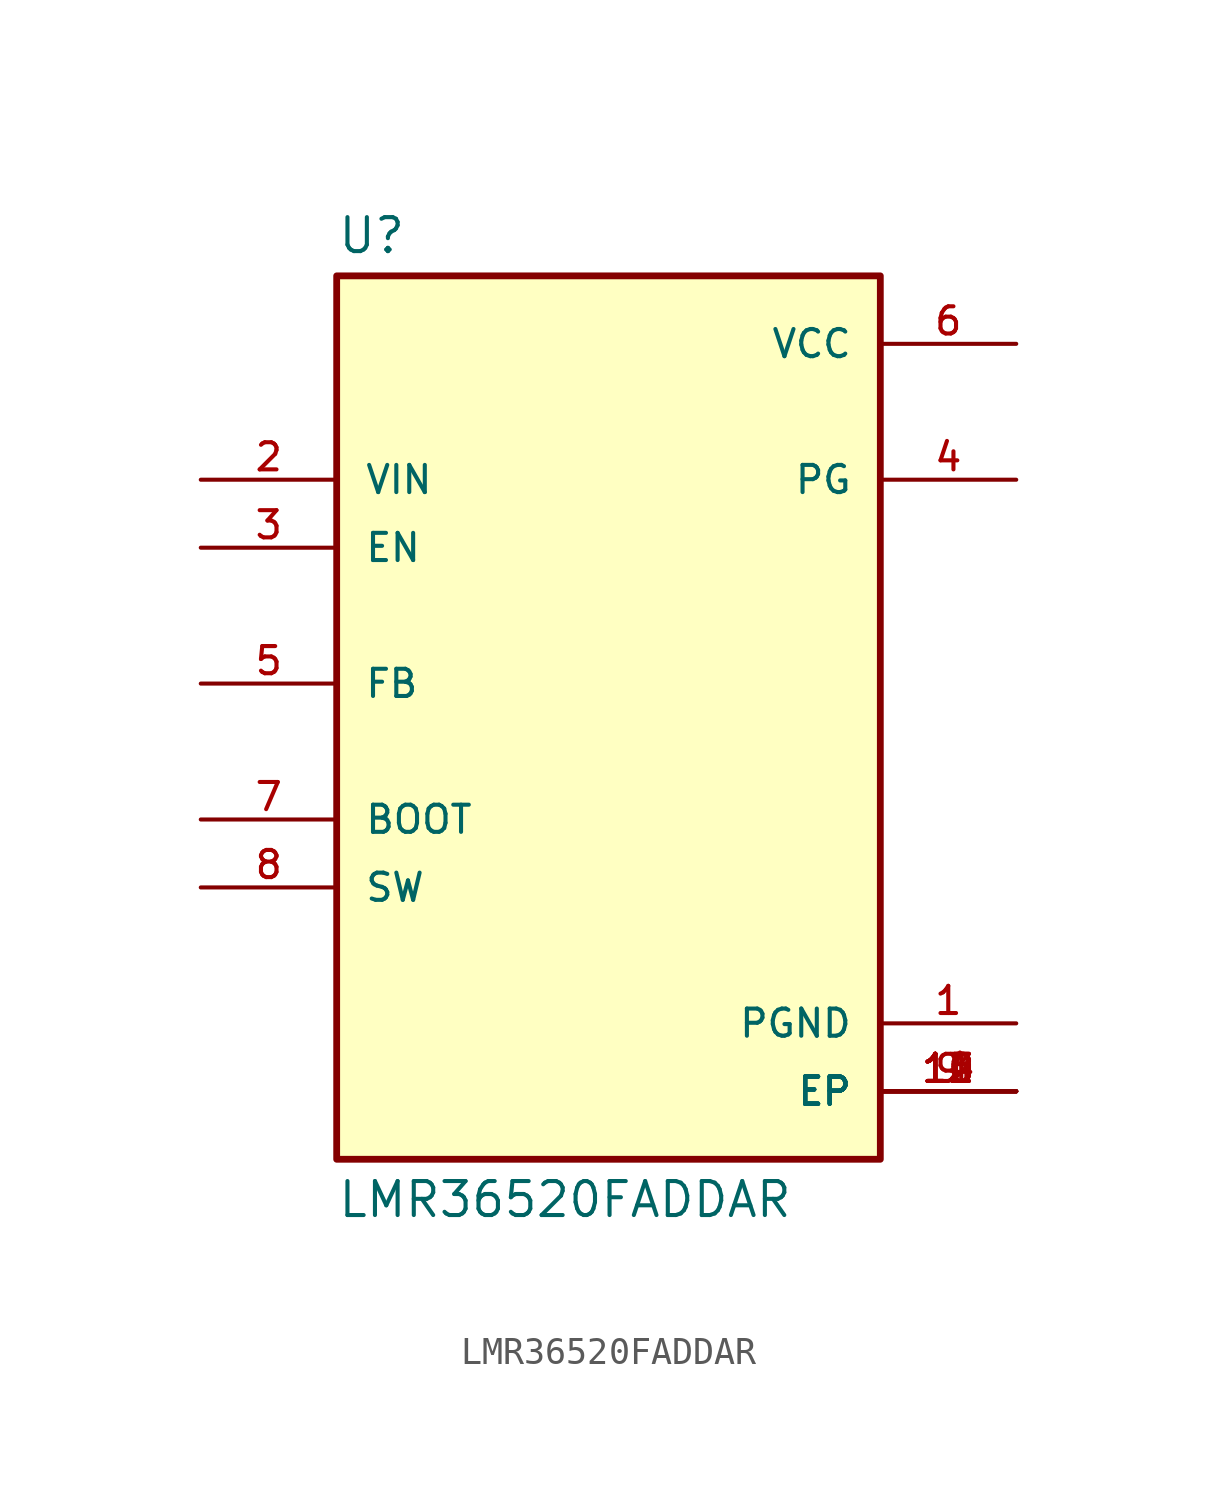
<source format=kicad_sym>
(kicad_symbol_lib
  (version 20211014)
  (generator kicad_symbol_editor)
  (symbol "LMR36520FADDAR"
    (pin_names
      (offset 1.016))
    (property "Reference" "U"
      (at -10.16 16.002 0.0)
      (effects (font (size 1.27 1.27)) (justify bottom left)))
    (property "Value" "LMR36520FADDAR"
      (at -10.16 -18.542 0.0)
      (effects (font (size 1.27 1.27)) (justify top left)))
    (symbol "LMR36520FADDAR_0_0"
      (rectangle (start -10.16 -17.78) (end 10.16 15.24) (stroke (width 0.254)) (fill (type background)))
      (pin input line (at -15.24 7.62 0) (length 5.08) (name "VIN" (effects (font (size 1.016 1.016)))) (number "2" (effects (font (size 1.016 1.016)))))
      (pin passive line (at -15.24 -5.08 0) (length 5.08) (name "BOOT" (effects (font (size 1.016 1.016)))) (number "7" (effects (font (size 1.016 1.016)))))
      (pin input line (at -15.24 5.08 0) (length 5.08) (name "EN" (effects (font (size 1.016 1.016)))) (number "3" (effects (font (size 1.016 1.016)))))
      (pin input line (at -15.24 0.0 0) (length 5.08) (name "FB" (effects (font (size 1.016 1.016)))) (number "5" (effects (font (size 1.016 1.016)))))
      (pin output line (at 15.24 7.62 180.0) (length 5.08) (name "PG" (effects (font (size 1.016 1.016)))) (number "4" (effects (font (size 1.016 1.016)))))
      (pin passive line (at -15.24 -7.62 0) (length 5.08) (name "SW" (effects (font (size 1.016 1.016)))) (number "8" (effects (font (size 1.016 1.016)))))
      (pin power_in line (at 15.24 12.7 180.0) (length 5.08) (name "VCC" (effects (font (size 1.016 1.016)))) (number "6" (effects (font (size 1.016 1.016)))))
      (pin power_in line (at 15.24 -12.7 180.0) (length 5.08) (name "PGND" (effects (font (size 1.016 1.016)))) (number "1" (effects (font (size 1.016 1.016)))))
      (pin power_in line (at 15.24 -15.24 180.0) (length 5.08) (name "EP" (effects (font (size 1.016 1.016)))) (number "9" (effects (font (size 1.016 1.016)))))
      (pin power_in line (at 15.24 -15.24 180.0) (length 5.08) (name "EP" (effects (font (size 1.016 1.016)))) (number "10" (effects (font (size 1.016 1.016)))))
      (pin power_in line (at 15.24 -15.24 180.0) (length 5.08) (name "EP" (effects (font (size 1.016 1.016)))) (number "11" (effects (font (size 1.016 1.016)))))
      (pin power_in line (at 15.24 -15.24 180.0) (length 5.08) (name "EP" (effects (font (size 1.016 1.016)))) (number "12" (effects (font (size 1.016 1.016)))))
      (pin power_in line (at 15.24 -15.24 180.0) (length 5.08) (name "EP" (effects (font (size 1.016 1.016)))) (number "13" (effects (font (size 1.016 1.016)))))
      (pin power_in line (at 15.24 -15.24 180.0) (length 5.08) (name "EP" (effects (font (size 1.016 1.016)))) (number "14" (effects (font (size 1.016 1.016)))))
      (pin power_in line (at 15.24 -15.24 180.0) (length 5.08) (name "EP" (effects (font (size 1.016 1.016)))) (number "15" (effects (font (size 1.016 1.016))))))))
</source>
